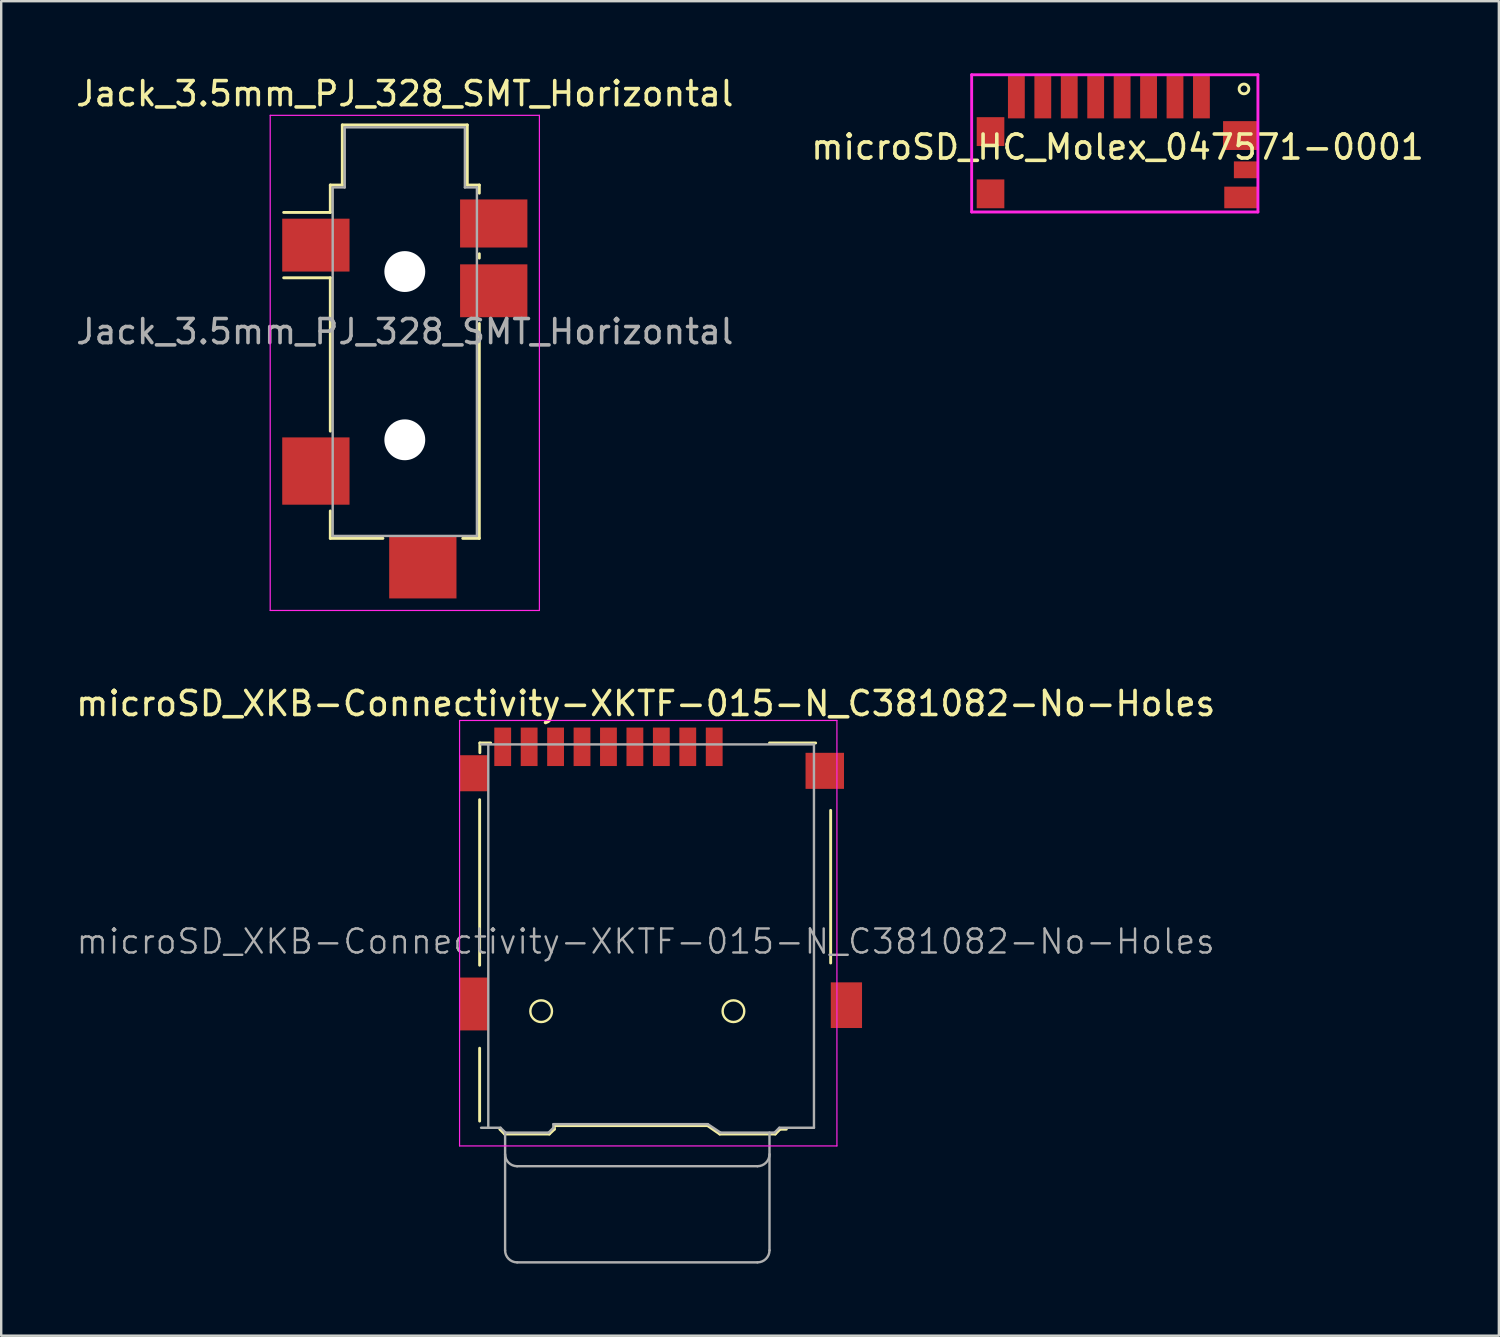
<source format=kicad_pcb>
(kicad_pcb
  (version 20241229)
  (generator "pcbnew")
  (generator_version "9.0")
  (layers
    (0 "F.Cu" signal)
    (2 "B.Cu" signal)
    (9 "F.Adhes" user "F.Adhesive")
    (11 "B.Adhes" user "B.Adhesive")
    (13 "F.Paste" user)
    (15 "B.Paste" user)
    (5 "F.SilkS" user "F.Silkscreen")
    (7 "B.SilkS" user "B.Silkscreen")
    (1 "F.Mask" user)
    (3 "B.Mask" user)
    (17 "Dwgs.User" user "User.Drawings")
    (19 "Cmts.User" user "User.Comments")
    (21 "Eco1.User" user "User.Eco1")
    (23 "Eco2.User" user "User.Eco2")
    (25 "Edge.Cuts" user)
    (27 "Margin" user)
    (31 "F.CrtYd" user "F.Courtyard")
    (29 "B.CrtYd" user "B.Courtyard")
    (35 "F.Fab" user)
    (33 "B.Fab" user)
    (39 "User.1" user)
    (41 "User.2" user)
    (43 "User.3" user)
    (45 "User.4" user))
  (footprint "microSD_XKB-Connectivity-XKTF-015-N_C381082-No-Holes"
    (layer "F.Cu")
    (at 23.89 35.746)
    (property "Reference" "microSD_XKB-Connectivity-XKTF-015-N_C381082-No-Holes" (at -0.075 -9.525 0) (layer "F.SilkS") (effects (font (size 1 1) (thickness 0.15))))
    (attr smd)
    (fp_line (start -6.985 -5.525) (end -6.985 1.362) (stroke (width 0.12) (type solid)) (layer "F.SilkS"))
    (fp_line (start -6.985 4.815) (end -6.985 7.847) (stroke (width 0.12) (type solid)) (layer "F.SilkS"))
    (fp_line (start -6.975 -7.885) (end -6.975 -7.48) (stroke (width 0.12) (type solid)) (layer "F.SilkS"))
    (fp_line (start -6.525 -7.885) (end -6.975 -7.885) (stroke (width 0.12) (type solid)) (layer "F.SilkS"))
    (fp_line (start -5.945 8.385) (end -6.145 8.185) (stroke (width 0.12) (type solid)) (layer "F.SilkS"))
    (fp_line (start -5.945 8.385) (end -4.085 8.385) (stroke (width 0.12) (type solid)) (layer "F.SilkS"))
    (fp_line (start -4.085 8.385) (end -3.875 8.185) (stroke (width 0.12) (type solid)) (layer "F.SilkS"))
    (fp_line (start -3.875 8.035) (end -3.875 8.185) (stroke (width 0.12) (type solid)) (layer "F.SilkS"))
    (fp_line (start -3.875 8.035) (end 2.495 8.035) (stroke (width 0.12) (type solid)) (layer "F.SilkS"))
    (fp_line (start 3.005 8.385) (end 2.495 8.035) (stroke (width 0.12) (type solid)) (layer "F.SilkS"))
    (fp_line (start 5.075 -7.885) (end 6.995 -7.885) (stroke (width 0.12) (type solid)) (layer "F.SilkS"))
    (fp_line (start 5.315 8.385) (end 3.005 8.385) (stroke (width 0.12) (type solid)) (layer "F.SilkS"))
    (fp_line (start 5.315 8.385) (end 5.515 8.185) (stroke (width 0.12) (type solid)) (layer "F.SilkS"))
    (fp_line (start 5.515 8.185) (end 5.775 8.185) (stroke (width 0.12) (type solid)) (layer "F.SilkS"))
    (fp_line (start 7.62 -5.08) (end 7.62 1.27) (stroke (width 0.12) (type solid)) (layer "F.SilkS"))
    (fp_circle (center -4.425 3.275) (end -3.975 3.275) (stroke (width 0.1) (type default)) (fill no) (layer "F.SilkS"))
    (fp_circle (center 3.575 3.275) (end 4.025 3.275) (stroke (width 0.1) (type default)) (fill no) (layer "F.SilkS"))
    (fp_line (start -7.82 -8.82) (end 7.88 -8.82) (stroke (width 0.05) (type solid)) (layer "F.CrtYd"))
    (fp_line (start -7.82 8.88) (end -7.82 -8.82) (stroke (width 0.05) (type solid)) (layer "F.CrtYd"))
    (fp_line (start 7.88 -8.82) (end 7.88 8.88) (stroke (width 0.05) (type solid)) (layer "F.CrtYd"))
    (fp_line (start 7.88 8.88) (end -7.82 8.88) (stroke (width 0.05) (type solid)) (layer "F.CrtYd"))
    (fp_line (start -6.625 8.125) (end -6.625 -7.825) (stroke (width 0.1) (type solid)) (layer "F.Fab"))
    (fp_line (start -6.115 8.125) (end -6.925 8.125) (stroke (width 0.1) (type solid)) (layer "F.Fab"))
    (fp_line (start -5.925 8.325) (end -5.925 13.225) (stroke (width 0.1) (type solid)) (layer "F.Fab"))
    (fp_line (start -5.915 8.325) (end -6.115 8.125) (stroke (width 0.1) (type solid)) (layer "F.Fab"))
    (fp_line (start -5.425 9.725) (end 4.575 9.725) (stroke (width 0.1) (type solid)) (layer "F.Fab"))
    (fp_line (start -5.425 13.725) (end 4.575 13.725) (stroke (width 0.1) (type solid)) (layer "F.Fab"))
    (fp_line (start -4.115 8.325) (end -5.915 8.325) (stroke (width 0.1) (type solid)) (layer "F.Fab"))
    (fp_line (start -3.915 8.125) (end -4.115 8.325) (stroke (width 0.1) (type solid)) (layer "F.Fab"))
    (fp_line (start -3.915 8.125) (end -3.915 7.975) (stroke (width 0.1) (type solid)) (layer "F.Fab"))
    (fp_line (start 2.51 7.975) (end -3.915 7.975) (stroke (width 0.1) (type solid)) (layer "F.Fab"))
    (fp_line (start 3.035 8.325) (end 2.51 7.975) (stroke (width 0.1) (type solid)) (layer "F.Fab"))
    (fp_line (start 5.075 13.225) (end 5.075 8.325) (stroke (width 0.1) (type solid)) (layer "F.Fab"))
    (fp_line (start 5.285 8.325) (end 3.035 8.325) (stroke (width 0.1) (type solid)) (layer "F.Fab"))
    (fp_line (start 5.285 8.325) (end 5.485 8.125) (stroke (width 0.1) (type solid)) (layer "F.Fab"))
    (fp_line (start 5.485 8.125) (end 6.925 8.125) (stroke (width 0.1) (type solid)) (layer "F.Fab"))
    (fp_line (start 6.925 -7.825) (end -6.925 -7.825) (stroke (width 0.1) (type solid)) (layer "F.Fab"))
    (fp_line (start 6.925 8.125) (end 6.925 -7.825) (stroke (width 0.1) (type solid)) (layer "F.Fab"))
    (fp_arc (start -5.425 9.725) (mid -5.778553 9.578553) (end -5.925 9.225) (stroke (width 0.1) (type solid)) (layer "F.Fab"))
    (fp_arc (start -5.425 13.725) (mid -5.778553 13.578553) (end -5.925 13.225) (stroke (width 0.1) (type solid)) (layer "F.Fab"))
    (fp_arc (start 5.075 9.225) (mid 4.928553 9.578553) (end 4.575 9.725) (stroke (width 0.1) (type solid)) (layer "F.Fab"))
    (fp_arc (start 5.075 13.225) (mid 4.928553 13.578553) (end 4.575 13.725) (stroke (width 0.1) (type solid)) (layer "F.Fab"))
    (fp_text user "${REFERENCE}" (at -0.075 0.375 0) (layer "F.Fab") (effects (font (size 1 1) (thickness 0.1))))
    (pad "1" smd rect (at 2.775 -7.725) (size 0.7 1.6) (layers "F.Cu" "F.Mask" "F.Paste"))
    (pad "2" smd rect (at 1.675 -7.725) (size 0.7 1.6) (layers "F.Cu" "F.Mask" "F.Paste"))
    (pad "3" smd rect (at 0.575 -7.725) (size 0.7 1.6) (layers "F.Cu" "F.Mask" "F.Paste"))
    (pad "4" smd rect (at -0.525 -7.725) (size 0.7 1.6) (layers "F.Cu" "F.Mask" "F.Paste"))
    (pad "5" smd rect (at -1.625 -7.725) (size 0.7 1.6) (layers "F.Cu" "F.Mask" "F.Paste"))
    (pad "6" smd rect (at -2.725 -7.725) (size 0.7 1.6) (layers "F.Cu" "F.Mask" "F.Paste"))
    (pad "7" smd rect (at -3.825 -7.725) (size 0.7 1.6) (layers "F.Cu" "F.Mask" "F.Paste"))
    (pad "8" smd rect (at -4.925 -7.725) (size 0.7 1.6) (layers "F.Cu" "F.Mask" "F.Paste"))
    (pad "9" smd rect (at -6.025 -7.725) (size 0.7 1.6) (layers "F.Cu" "F.Mask" "F.Paste"))
    (pad "10" smd rect (at -7.225 -6.625) (size 1.2 1.5) (layers "F.Cu" "F.Mask" "F.Paste"))
    (pad "10" smd rect (at -7.225 2.975) (size 1.2 2.2) (layers "F.Cu" "F.Mask" "F.Paste"))
    (pad "10" smd rect (at 7.375 -6.725) (size 1.6 1.5) (layers "F.Cu" "F.Mask" "F.Paste"))
    (pad "10" smd rect (at 8.275 3.025) (size 1.3 1.9) (layers "F.Cu" "F.Mask" "F.Paste")))
  (footprint "microSD_HC_Molex_047571-0001"
    (layer "F.Cu")
    (at 43.086 2.84)
    (property "Reference" "microSD_HC_Molex_047571-0001" (at 0.36 0.23 0) (layer "F.SilkS") (effects (font (size 1 1) (thickness 0.15))))
    (attr through_hole)
    (fp_circle (center 5.62 -2.19) (end 5.822 -2.19) (stroke (width 0.12) (type solid)) (fill no) (layer "F.SilkS"))
    (fp_line (start -5.71 -2.78) (end 6.2 -2.78) (stroke (width 0.12) (type solid)) (layer "F.CrtYd"))
    (fp_line (start -5.71 2.93) (end -5.71 -2.78) (stroke (width 0.12) (type solid)) (layer "F.CrtYd"))
    (fp_line (start 6.2 -2.78) (end 6.2 2.93) (stroke (width 0.12) (type solid)) (layer "F.CrtYd"))
    (fp_line (start 6.2 2.93) (end -5.71 2.93) (stroke (width 0.12) (type solid)) (layer "F.CrtYd"))
    (pad "1" smd rect (at 3.85 -1.845) (size 0.7 1.76) (layers "F.Cu" "F.Mask" "F.Paste"))
    (pad "2" smd rect (at 2.75 -1.845) (size 0.7 1.76) (layers "F.Cu" "F.Mask" "F.Paste"))
    (pad "3" smd rect (at 1.65 -1.845) (size 0.7 1.76) (layers "F.Cu" "F.Mask" "F.Paste"))
    (pad "4" smd rect (at 0.55 -1.845) (size 0.7 1.76) (layers "F.Cu" "F.Mask" "F.Paste"))
    (pad "5" smd rect (at -0.55 -1.845) (size 0.7 1.76) (layers "F.Cu" "F.Mask" "F.Paste"))
    (pad "6" smd rect (at -1.65 -1.845) (size 0.7 1.76) (layers "F.Cu" "F.Mask" "F.Paste"))
    (pad "7" smd rect (at -2.75 -1.845) (size 0.7 1.76) (layers "F.Cu" "F.Mask" "F.Paste"))
    (pad "8" smd rect (at -3.85 -1.845) (size 0.7 1.76) (layers "F.Cu" "F.Mask" "F.Paste"))
    (pad "9" smd rect (at 5.7 1.175) (size 1 0.7) (layers "F.Cu" "F.Mask" "F.Paste"))
    (pad "10" smd rect (at 5.5 2.325) (size 1.4 0.9) (layers "F.Cu" "F.Mask" "F.Paste"))
    (pad "11" smd rect (at -4.925 -0.415) (size 1.15 1.2) (layers "F.Cu" "F.Mask" "F.Paste"))
    (pad "11" smd rect (at -4.925 2.175) (size 1.15 1.2) (layers "F.Cu" "F.Mask" "F.Paste"))
    (pad "11" smd rect (at 5.475 -0.25) (size 1.45 1.2) (layers "F.Cu" "F.Mask" "F.Paste")))
  (footprint "Jack_3.5mm_PJ_328_SMT_Horizontal"
    (layer "F.Cu")
    (at 13.792 10.748)
    (property "Reference" "Jack_3.5mm_PJ_328_SMT_Horizontal" (at 0 -9.9 0) (layer "F.SilkS") (effects (font (size 1 1) (thickness 0.15))))
    (attr smd)
    (fp_line (start -3.1 -6.1) (end -2.6 -6.1) (stroke (width 0.12) (type solid)) (layer "F.SilkS"))
    (fp_line (start -3.1 -4.96) (end -5.04 -4.96) (stroke (width 0.12) (type solid)) (layer "F.SilkS"))
    (fp_line (start -3.1 -4.96) (end -3.1 -6.1) (stroke (width 0.12) (type solid)) (layer "F.SilkS"))
    (fp_line (start -3.1 -2.24) (end -5.04 -2.24) (stroke (width 0.12) (type solid)) (layer "F.SilkS"))
    (fp_line (start -3.1 4.14) (end -3.1 -2.24) (stroke (width 0.12) (type solid)) (layer "F.SilkS"))
    (fp_line (start -3.1 8.6) (end -3.1 7.46) (stroke (width 0.12) (type solid)) (layer "F.SilkS"))
    (fp_line (start -2.6 -8.6) (end 2.6 -8.6) (stroke (width 0.12) (type solid)) (layer "F.SilkS"))
    (fp_line (start -2.6 -6.1) (end -2.6 -8.6) (stroke (width 0.12) (type solid)) (layer "F.SilkS"))
    (fp_line (start -0.91 8.6) (end -3.1 8.6) (stroke (width 0.12) (type solid)) (layer "F.SilkS"))
    (fp_line (start 2.6 -8.6) (end 2.6 -6.1) (stroke (width 0.12) (type solid)) (layer "F.SilkS"))
    (fp_line (start 2.6 -6.1) (end 3.1 -6.1) (stroke (width 0.12) (type solid)) (layer "F.SilkS"))
    (fp_line (start 3.1 -6.1) (end 3.1 -5.76) (stroke (width 0.12) (type solid)) (layer "F.SilkS"))
    (fp_line (start 3.1 -3.24) (end 3.1 -3.06) (stroke (width 0.12) (type solid)) (layer "F.SilkS"))
    (fp_line (start 3.1 -0.34) (end 3.1 8.6) (stroke (width 0.12) (type solid)) (layer "F.SilkS"))
    (fp_line (start 3.1 8.6) (end 2.41 8.6) (stroke (width 0.12) (type solid)) (layer "F.SilkS"))
    (fp_line (start -5.6 -9) (end 5.6 -9) (stroke (width 0.05) (type solid)) (layer "F.CrtYd"))
    (fp_line (start -5.6 11.6) (end -5.6 -9) (stroke (width 0.05) (type solid)) (layer "F.CrtYd"))
    (fp_line (start 5.6 -9) (end 5.6 11.6) (stroke (width 0.05) (type solid)) (layer "F.CrtYd"))
    (fp_line (start 5.6 11.6) (end -5.6 11.6) (stroke (width 0.05) (type solid)) (layer "F.CrtYd"))
    (fp_line (start -3 -6) (end -2.5 -6) (stroke (width 0.1) (type solid)) (layer "F.Fab"))
    (fp_line (start -3 8.5) (end -3 -6) (stroke (width 0.1) (type solid)) (layer "F.Fab"))
    (fp_line (start -2.5 -8.5) (end 2.5 -8.5) (stroke (width 0.1) (type solid)) (layer "F.Fab"))
    (fp_line (start -2.5 -6) (end -2.5 -8.5) (stroke (width 0.1) (type solid)) (layer "F.Fab"))
    (fp_line (start 2.5 -8.5) (end 2.5 -6) (stroke (width 0.1) (type solid)) (layer "F.Fab"))
    (fp_line (start 2.5 -6) (end 3 -6) (stroke (width 0.1) (type solid)) (layer "F.Fab"))
    (fp_line (start 3 -6) (end 3 8.5) (stroke (width 0.1) (type solid)) (layer "F.Fab"))
    (fp_line (start 3 8.5) (end -3 8.5) (stroke (width 0.1) (type solid)) (layer "F.Fab"))
    (fp_text user "${REFERENCE}" (at 0 0 0) (layer "F.Fab") (effects (font (size 1 1) (thickness 0.15))))
    (pad "" np_thru_hole circle (at 0 -2.5) (size 1.7 1.7) (drill 1.7) (layers "*.Cu" "*.Mask"))
    (pad "" np_thru_hole circle (at 0 4.5) (size 1.7 1.7) (drill 1.7) (layers "*.Cu" "*.Mask"))
    (pad "1" smd rect (at -3.7 -3.6) (size 2.8 2.2) (layers "F.Cu" "F.Mask" "F.Paste"))
    (pad "2" smd rect (at 3.7 -1.7) (size 2.8 2.2) (layers "F.Cu" "F.Mask" "F.Paste"))
    (pad "3" smd rect (at 3.7 -4.5) (size 2.8 2) (layers "F.Cu" "F.Mask" "F.Paste"))
    (pad "4" smd rect (at 0.75 9.8) (size 2.8 2.6) (layers "F.Cu" "F.Mask" "F.Paste"))
    (pad "5" smd rect (at -3.7 5.8) (size 2.8 2.8) (layers "F.Cu" "F.Mask" "F.Paste")))
  (gr_rect
    (start -3 -3)
    (end 59.31 52.522)
    (stroke (width 0.1) (type default))
    (fill no)
    (layer "Edge.Cuts")))
</source>
